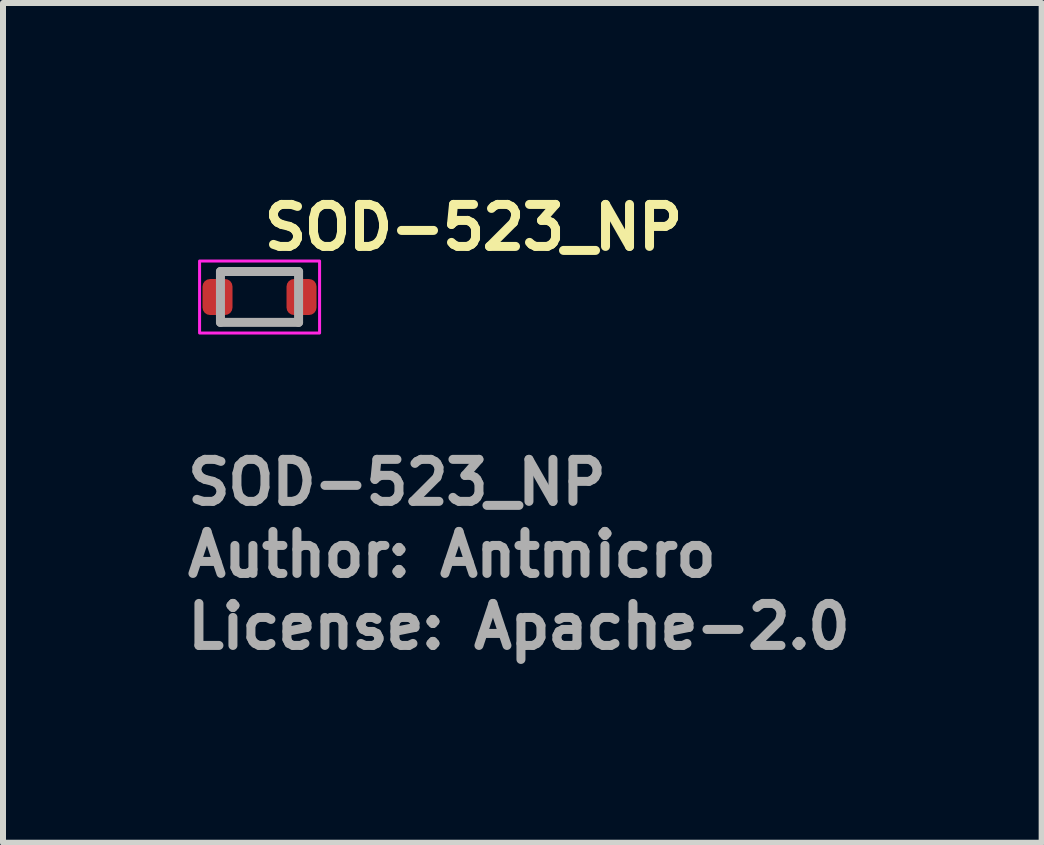
<source format=kicad_pcb>
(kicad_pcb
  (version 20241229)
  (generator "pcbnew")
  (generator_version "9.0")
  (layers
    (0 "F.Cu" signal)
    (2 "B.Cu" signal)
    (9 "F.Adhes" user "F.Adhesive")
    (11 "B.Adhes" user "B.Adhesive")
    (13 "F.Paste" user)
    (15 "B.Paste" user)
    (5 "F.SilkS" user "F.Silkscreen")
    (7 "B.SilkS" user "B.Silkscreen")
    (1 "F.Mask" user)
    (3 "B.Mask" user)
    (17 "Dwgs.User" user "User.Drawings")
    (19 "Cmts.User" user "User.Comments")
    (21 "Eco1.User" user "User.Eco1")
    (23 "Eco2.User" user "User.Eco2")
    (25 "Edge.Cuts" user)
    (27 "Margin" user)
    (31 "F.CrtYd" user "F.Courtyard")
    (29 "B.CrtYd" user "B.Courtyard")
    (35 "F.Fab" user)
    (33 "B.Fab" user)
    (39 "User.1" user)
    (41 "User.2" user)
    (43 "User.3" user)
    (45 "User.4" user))
  (footprint "SOD-523_NP"
    (layer "F.Cu")
    (at 1.276 1.9)
    (property "Reference" "SOD-523_NP" (at 0 -0.75 0) (layer "F.SilkS") (effects (font (size 0.7 0.7) (thickness 0.15)) (justify left bottom)))
    (attr smd)
    (fp_rect (start -1 -0.6) (end 1 0.6) (stroke (width 0.05) (type solid)) (fill no) (layer "F.CrtYd"))
    (fp_line (start -0.652 -0.425) (end 0.65 -0.425) (stroke (width 0.15) (type solid)) (layer "F.Fab"))
    (fp_line (start -0.652 0.423) (end -0.652 -0.425) (stroke (width 0.15) (type solid)) (layer "F.Fab"))
    (fp_line (start -0.652 0.423) (end 0.65 0.423) (stroke (width 0.15) (type solid)) (layer "F.Fab"))
    (fp_line (start 0.65 -0.425) (end 0.65 0.423) (stroke (width 0.15) (type solid)) (layer "F.Fab"))
    (fp_rect (start -0.85 -0.452) (end 0.848 0.45) (stroke (width 0.1) (type solid)) (fill no) (layer "User.5"))
    (fp_line (start -0.85 -0.176) (end -0.85 0.174) (stroke (width 0.02) (type solid)) (layer "User.9"))
    (fp_line (start -0.85 0.174) (end -0.652 0.174) (stroke (width 0.02) (type solid)) (layer "User.9"))
    (fp_line (start -0.652 -0.452) (end 0.65 -0.452) (stroke (width 0.02) (type solid)) (layer "User.9"))
    (fp_line (start -0.652 -0.176) (end -0.85 -0.176) (stroke (width 0.02) (type solid)) (layer "User.9"))
    (fp_line (start -0.652 -0.176) (end -0.652 -0.452) (stroke (width 0.02) (type solid)) (layer "User.9"))
    (fp_line (start -0.652 0.174) (end -0.652 -0.176) (stroke (width 0.02) (type solid)) (layer "User.9"))
    (fp_line (start -0.652 0.45) (end -0.652 0.174) (stroke (width 0.02) (type solid)) (layer "User.9"))
    (fp_line (start -0.603 -0.404) (end -0.652 -0.452) (stroke (width 0.02) (type solid)) (layer "User.9"))
    (fp_line (start -0.603 -0.404) (end -0.554 -0.353) (stroke (width 0.02) (type solid)) (layer "User.9"))
    (fp_line (start -0.603 0.402) (end -0.652 0.45) (stroke (width 0.02) (type solid)) (layer "User.9"))
    (fp_line (start -0.603 0.402) (end -0.554 0.351) (stroke (width 0.02) (type solid)) (layer "User.9"))
    (fp_line (start 0.552 -0.353) (end 0.601 -0.404) (stroke (width 0.02) (type solid)) (layer "User.9"))
    (fp_line (start 0.552 0.351) (end 0.601 0.402) (stroke (width 0.02) (type solid)) (layer "User.9"))
    (fp_line (start 0.65 -0.452) (end 0.601 -0.404) (stroke (width 0.02) (type solid)) (layer "User.9"))
    (fp_line (start 0.65 -0.452) (end 0.65 -0.176) (stroke (width 0.02) (type solid)) (layer "User.9"))
    (fp_line (start 0.65 -0.176) (end 0.65 0.174) (stroke (width 0.02) (type solid)) (layer "User.9"))
    (fp_line (start 0.65 0.174) (end 0.65 0.45) (stroke (width 0.02) (type solid)) (layer "User.9"))
    (fp_line (start 0.65 0.174) (end 0.848 0.174) (stroke (width 0.02) (type solid)) (layer "User.9"))
    (fp_line (start 0.65 0.45) (end -0.652 0.45) (stroke (width 0.02) (type solid)) (layer "User.9"))
    (fp_line (start 0.65 0.45) (end 0.601 0.402) (stroke (width 0.02) (type solid)) (layer "User.9"))
    (fp_line (start 0.848 -0.176) (end 0.65 -0.176) (stroke (width 0.02) (type solid)) (layer "User.9"))
    (fp_line (start 0.848 0.174) (end 0.848 -0.176) (stroke (width 0.02) (type solid)) (layer "User.9"))
    (fp_text user "Author: Antmicro" (at -1.276 4.7 0) (layer "F.Fab") (effects (font (size 0.7 0.7) (thickness 0.15)) (justify left bottom)))
    (fp_text user "License: Apache-2.0" (at -1.276 5.9 0) (layer "F.Fab") (effects (font (size 0.7 0.7) (thickness 0.15)) (justify left bottom)))
    (fp_text user "${REFERENCE}" (at -1.276 3.499 0) (layer "F.Fab") (effects (font (size 0.7 0.7) (thickness 0.15)) (justify left bottom)))
    (pad "1" smd roundrect (at -0.701 0) (size 0.5 0.6) (layers "F.Cu" "F.Mask" "F.Paste") (roundrect_rratio 0.25))
    (pad "2" smd roundrect (at 0.699 0) (size 0.5 0.6) (layers "F.Cu" "F.Mask" "F.Paste") (roundrect_rratio 0.25)))
  (gr_rect
    (start -3 -3)
    (end 14.31 10.995)
    (stroke (width 0.1) (type default))
    (fill no)
    (layer "Edge.Cuts")))
</source>
